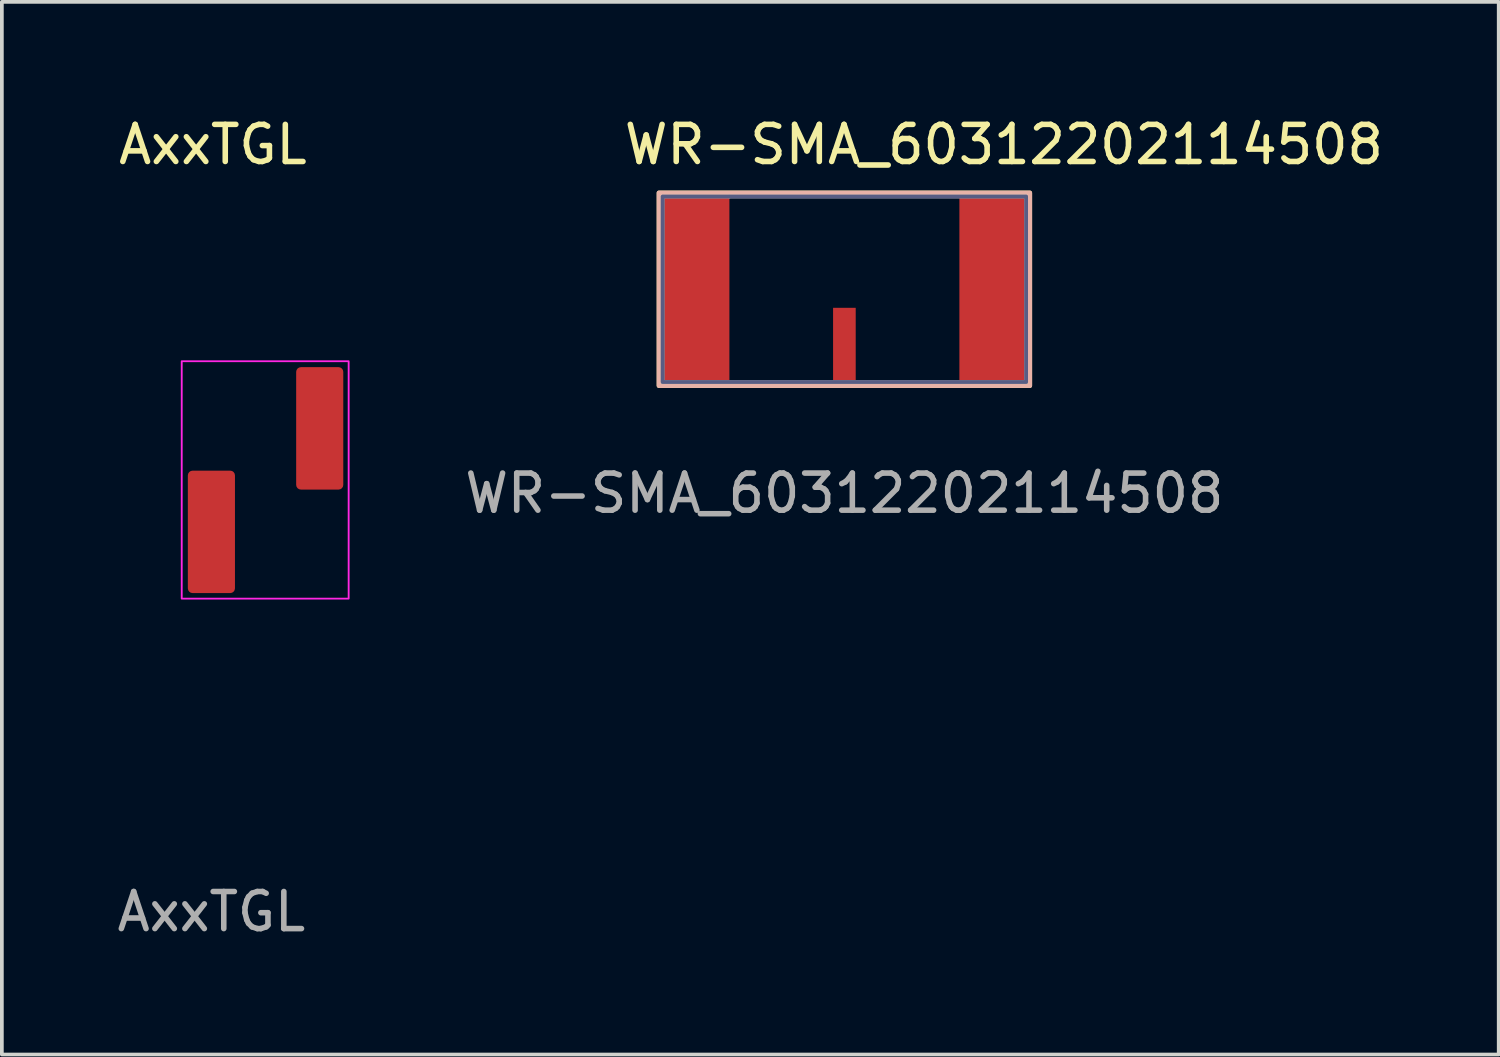
<source format=kicad_pcb>
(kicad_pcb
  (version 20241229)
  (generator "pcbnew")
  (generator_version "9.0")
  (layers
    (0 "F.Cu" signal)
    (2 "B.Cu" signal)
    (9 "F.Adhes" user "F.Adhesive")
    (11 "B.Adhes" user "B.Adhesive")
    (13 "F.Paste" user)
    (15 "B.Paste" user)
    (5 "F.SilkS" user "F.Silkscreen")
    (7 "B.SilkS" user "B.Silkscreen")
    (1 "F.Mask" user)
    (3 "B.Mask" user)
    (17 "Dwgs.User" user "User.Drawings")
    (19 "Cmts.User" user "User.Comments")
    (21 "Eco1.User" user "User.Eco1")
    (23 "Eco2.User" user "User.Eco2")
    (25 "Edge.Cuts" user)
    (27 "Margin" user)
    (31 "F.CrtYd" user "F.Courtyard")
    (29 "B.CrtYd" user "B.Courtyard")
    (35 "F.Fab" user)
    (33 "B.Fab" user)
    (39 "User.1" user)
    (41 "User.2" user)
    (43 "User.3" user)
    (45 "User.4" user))
  (footprint "AxxTGL"
    (layer "F.Cu")
    (at 2.649 11.288)
    (property "Reference" "AxxTGL" (at 0.04 -10.44 0) (unlocked yes) (layer "F.SilkS") (effects (font (size 1 1) (thickness 0.15))))
    (attr smd)
    (fp_rect (start 3.7 -4.6) (end -0.8 1.8) (stroke (width 0.05) (type solid)) (fill no) (layer "F.CrtYd"))
    (fp_text user "${REFERENCE}" (at 0 10.24 0) (unlocked yes) (layer "F.Fab") (effects (font (size 1 1) (thickness 0.15))))
    (pad "1" smd roundrect (at 0 0 180) (size 1.27 3.3) (layers "F.Cu" "F.Mask" "F.Paste") (roundrect_rratio 0.1))
    (pad "2" smd roundrect (at 2.92 -2.79 180) (size 1.27 3.3) (layers "F.Cu" "F.Mask" "F.Paste") (roundrect_rratio 0.1)))
  (footprint "WR-SMA_60312202114508"
    (layer "F.Cu")
    (at 19.713 7.248)
    (property "Reference" "WR-SMA_60312202114508" (at 4.3 -6.4 0) (unlocked yes) (layer "F.SilkS") (effects (font (size 1 1) (thickness 0.15))))
    (attr smd)
    (fp_rect (start -5 0.1) (end 5 -5.1) (stroke (width 0.12) (type solid)) (fill no) (layer "F.SilkS"))
    (fp_rect (start -5 -5.1) (end 5 0.1) (stroke (width 0.12) (type solid)) (fill no) (layer "B.SilkS"))
    (fp_rect (start -4.9 0) (end 4.9 -5) (stroke (width 0.1) (type solid)) (fill no) (layer "B.Fab"))
    (fp_line (start -4.9 -5) (end -3.1 -5) (stroke (width 0.1) (type solid)) (layer "F.Fab"))
    (fp_line (start -4.9 0) (end -4.9 -5) (stroke (width 0.1) (type solid)) (layer "F.Fab"))
    (fp_line (start -3.1 -5) (end 4.9 -5) (stroke (width 0.1) (type solid)) (layer "F.Fab"))
    (fp_line (start 4.9 -5) (end 4.9 0) (stroke (width 0.1) (type solid)) (layer "F.Fab"))
    (fp_line (start 4.9 0) (end -4.9 0) (stroke (width 0.1) (type solid)) (layer "F.Fab"))
    (fp_text user "${REFERENCE}" (at 0 3 0) (unlocked yes) (layer "F.Fab") (effects (font (size 1 1) (thickness 0.15))))
    (pad "1" smd rect (at 0 -1) (size 0.61 2) (layers "F.Cu" "F.Mask" "F.Paste"))
    (pad "2" smd rect (at -4 -2.5) (size 1.8 5) (layers "*.Mask" "F.Cu"))
    (pad "3" smd rect (at 4 -2.5) (size 1.8 5) (layers "*.Mask" "F.Cu")))
  (gr_rect
    (start -3 -3)
    (end 37.352 25.377)
    (stroke (width 0.1) (type default))
    (fill no)
    (layer "Edge.Cuts")))
</source>
